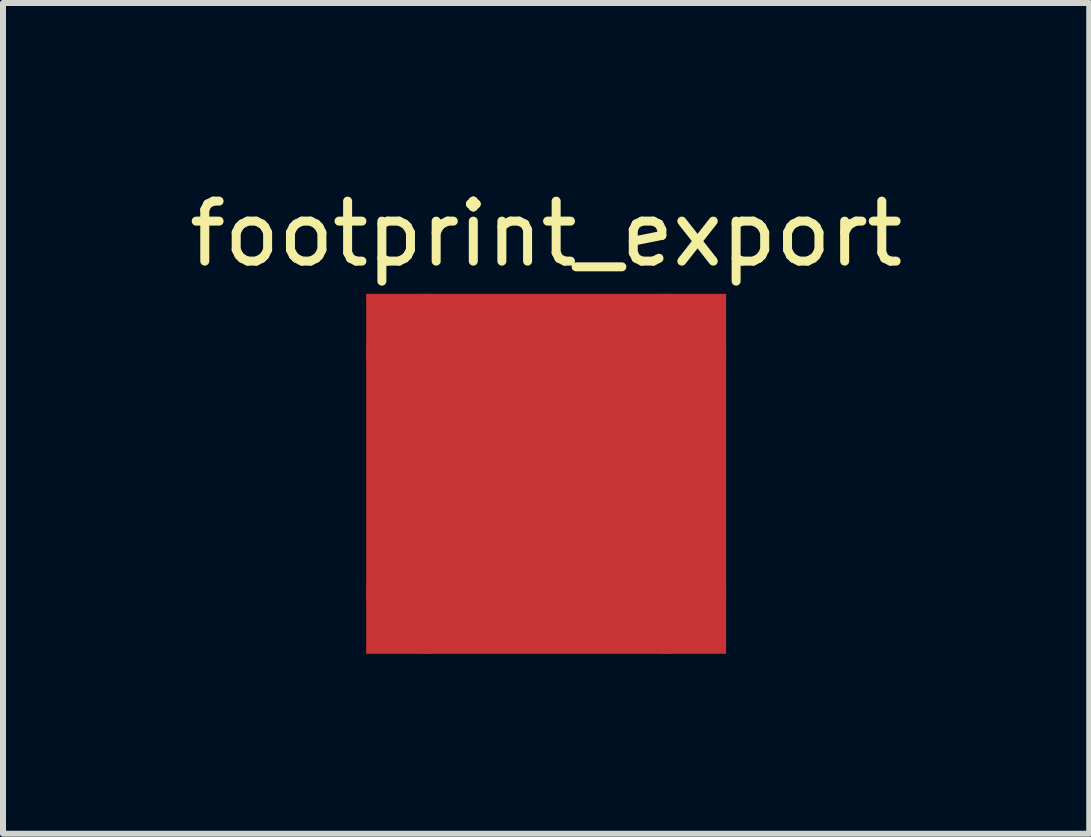
<source format=kicad_pcb>
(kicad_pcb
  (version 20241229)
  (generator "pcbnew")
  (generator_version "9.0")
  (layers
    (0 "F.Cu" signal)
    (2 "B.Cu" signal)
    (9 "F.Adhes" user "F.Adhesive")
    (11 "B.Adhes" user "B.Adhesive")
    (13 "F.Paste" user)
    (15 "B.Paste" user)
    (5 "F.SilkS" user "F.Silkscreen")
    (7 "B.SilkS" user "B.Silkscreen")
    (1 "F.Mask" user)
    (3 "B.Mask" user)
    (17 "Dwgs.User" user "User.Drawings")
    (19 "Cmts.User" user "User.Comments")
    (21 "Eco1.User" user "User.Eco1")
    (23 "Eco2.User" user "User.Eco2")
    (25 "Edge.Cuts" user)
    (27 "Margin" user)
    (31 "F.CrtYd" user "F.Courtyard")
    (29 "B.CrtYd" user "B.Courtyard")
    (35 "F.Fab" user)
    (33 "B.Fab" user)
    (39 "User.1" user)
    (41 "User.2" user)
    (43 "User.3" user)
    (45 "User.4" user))
  (footprint "footprint_export"
    (layer "F.Cu")
    (at 6.054 4.848)
    (property "Reference" "footprint_export" (at 0 -4 0) (layer "F.SilkS") (effects (font (size 1 1) (thickness 0.15))))
    (attr exclude_from_pos_files exclude_from_bom allow_missing_courtyard)
    (fp_poly (pts (xy -3 -3) (xy 3 -3) (xy 3 3) (xy -3 3)) (stroke (width 0) (type solid)) (fill yes) (layer "F.Cu"))
    (pad "1" smd circle (at -2 -2) (size 2 2) (layers "F.Cu"))
    (pad "2" smd circle (at 2 -2) (size 2 2) (layers "F.Cu"))
    (pad "3" smd circle (at -2 2) (size 2 2) (layers "F.Cu"))
    (pad "4" smd circle (at 2 2) (size 2 2) (layers "F.Cu")))
  (gr_rect
    (start -3 -3)
    (end 15.107 10.848)
    (stroke (width 0.1) (type default))
    (fill no)
    (layer "Edge.Cuts")))
</source>
